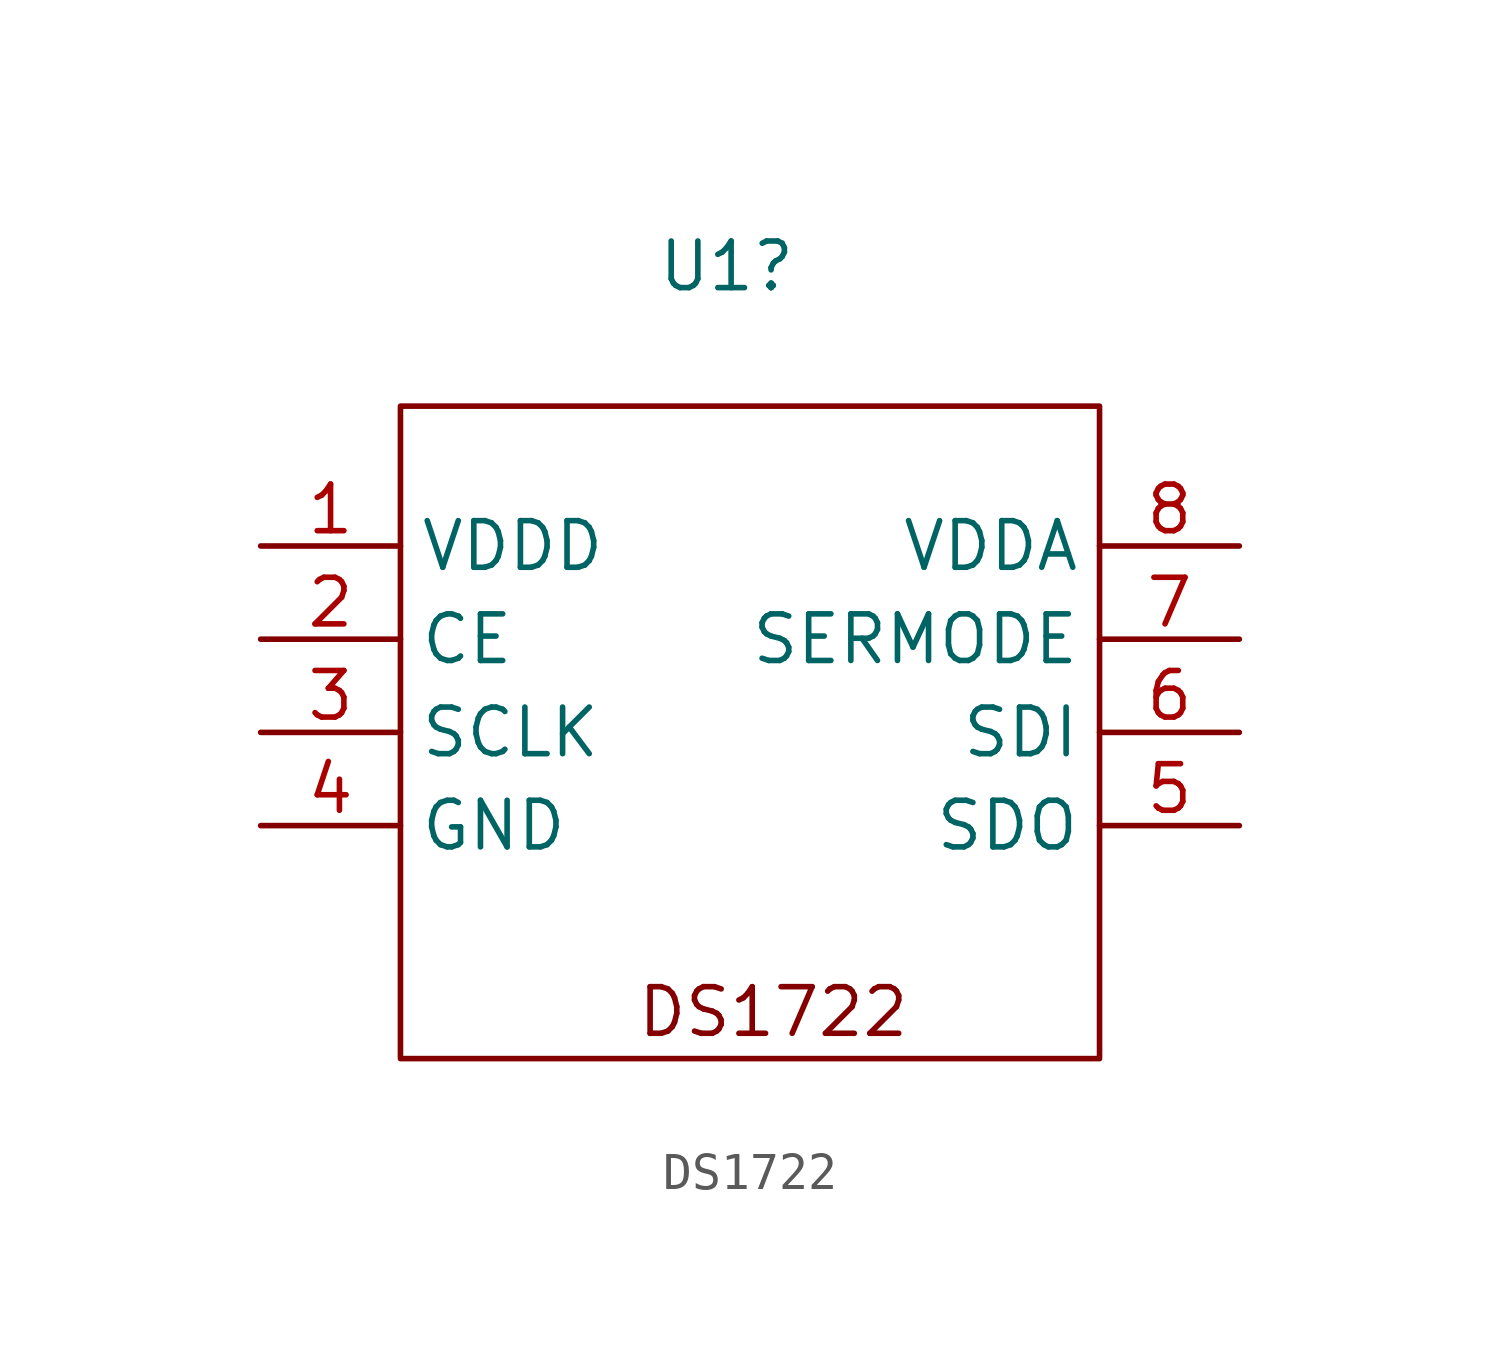
<source format=kicad_sym>
(kicad_symbol_lib
  (version 20220914)
  (generator kicad_symbol_editor)
  (symbol "DS1722"
    (property "Reference" "U1"
      (at 12.7 13.97 0)
      (effects (font (size 1.27 1.27))))
    (property "Value" ""
      (at 0 0 0)
      (effects (font (size 1.27 1.27))))
    (symbol "DS1722_0_1"
      (rectangle (start 3.81 10.16) (end 22.86 -7.62) (stroke (width 0) (type default)) (fill (type none))))
    (symbol "DS1722_1_1"
      (text "DS1722" (at 13.97 -6.35 0) (effects (font (size 1.27 1.27))))
      (pin passive line (at 0 6.35 0) (length 3.81) (name "VDDD" (effects (font (size 1.27 1.27)))) (number "1" (effects (font (size 1.27 1.27)))))
      (pin passive line (at 0 3.81 0) (length 3.81) (name "CE" (effects (font (size 1.27 1.27)))) (number "2" (effects (font (size 1.27 1.27)))))
      (pin passive line (at 0 1.27 0) (length 3.81) (name "SCLK" (effects (font (size 1.27 1.27)))) (number "3" (effects (font (size 1.27 1.27)))))
      (pin passive line (at 0 -1.27 0) (length 3.81) (name "GND" (effects (font (size 1.27 1.27)))) (number "4" (effects (font (size 1.27 1.27)))))
      (pin passive line (at 26.67 -1.27 180) (length 3.81) (name "SDO" (effects (font (size 1.27 1.27)))) (number "5" (effects (font (size 1.27 1.27)))))
      (pin passive line (at 26.67 1.27 180) (length 3.81) (name "SDI" (effects (font (size 1.27 1.27)))) (number "6" (effects (font (size 1.27 1.27)))))
      (pin passive line (at 26.67 3.81 180) (length 3.81) (name "SERMODE" (effects (font (size 1.27 1.27)))) (number "7" (effects (font (size 1.27 1.27)))))
      (pin passive line (at 26.67 6.35 180) (length 3.81) (name "VDDA" (effects (font (size 1.27 1.27)))) (number "8" (effects (font (size 1.27 1.27))))))))
</source>
